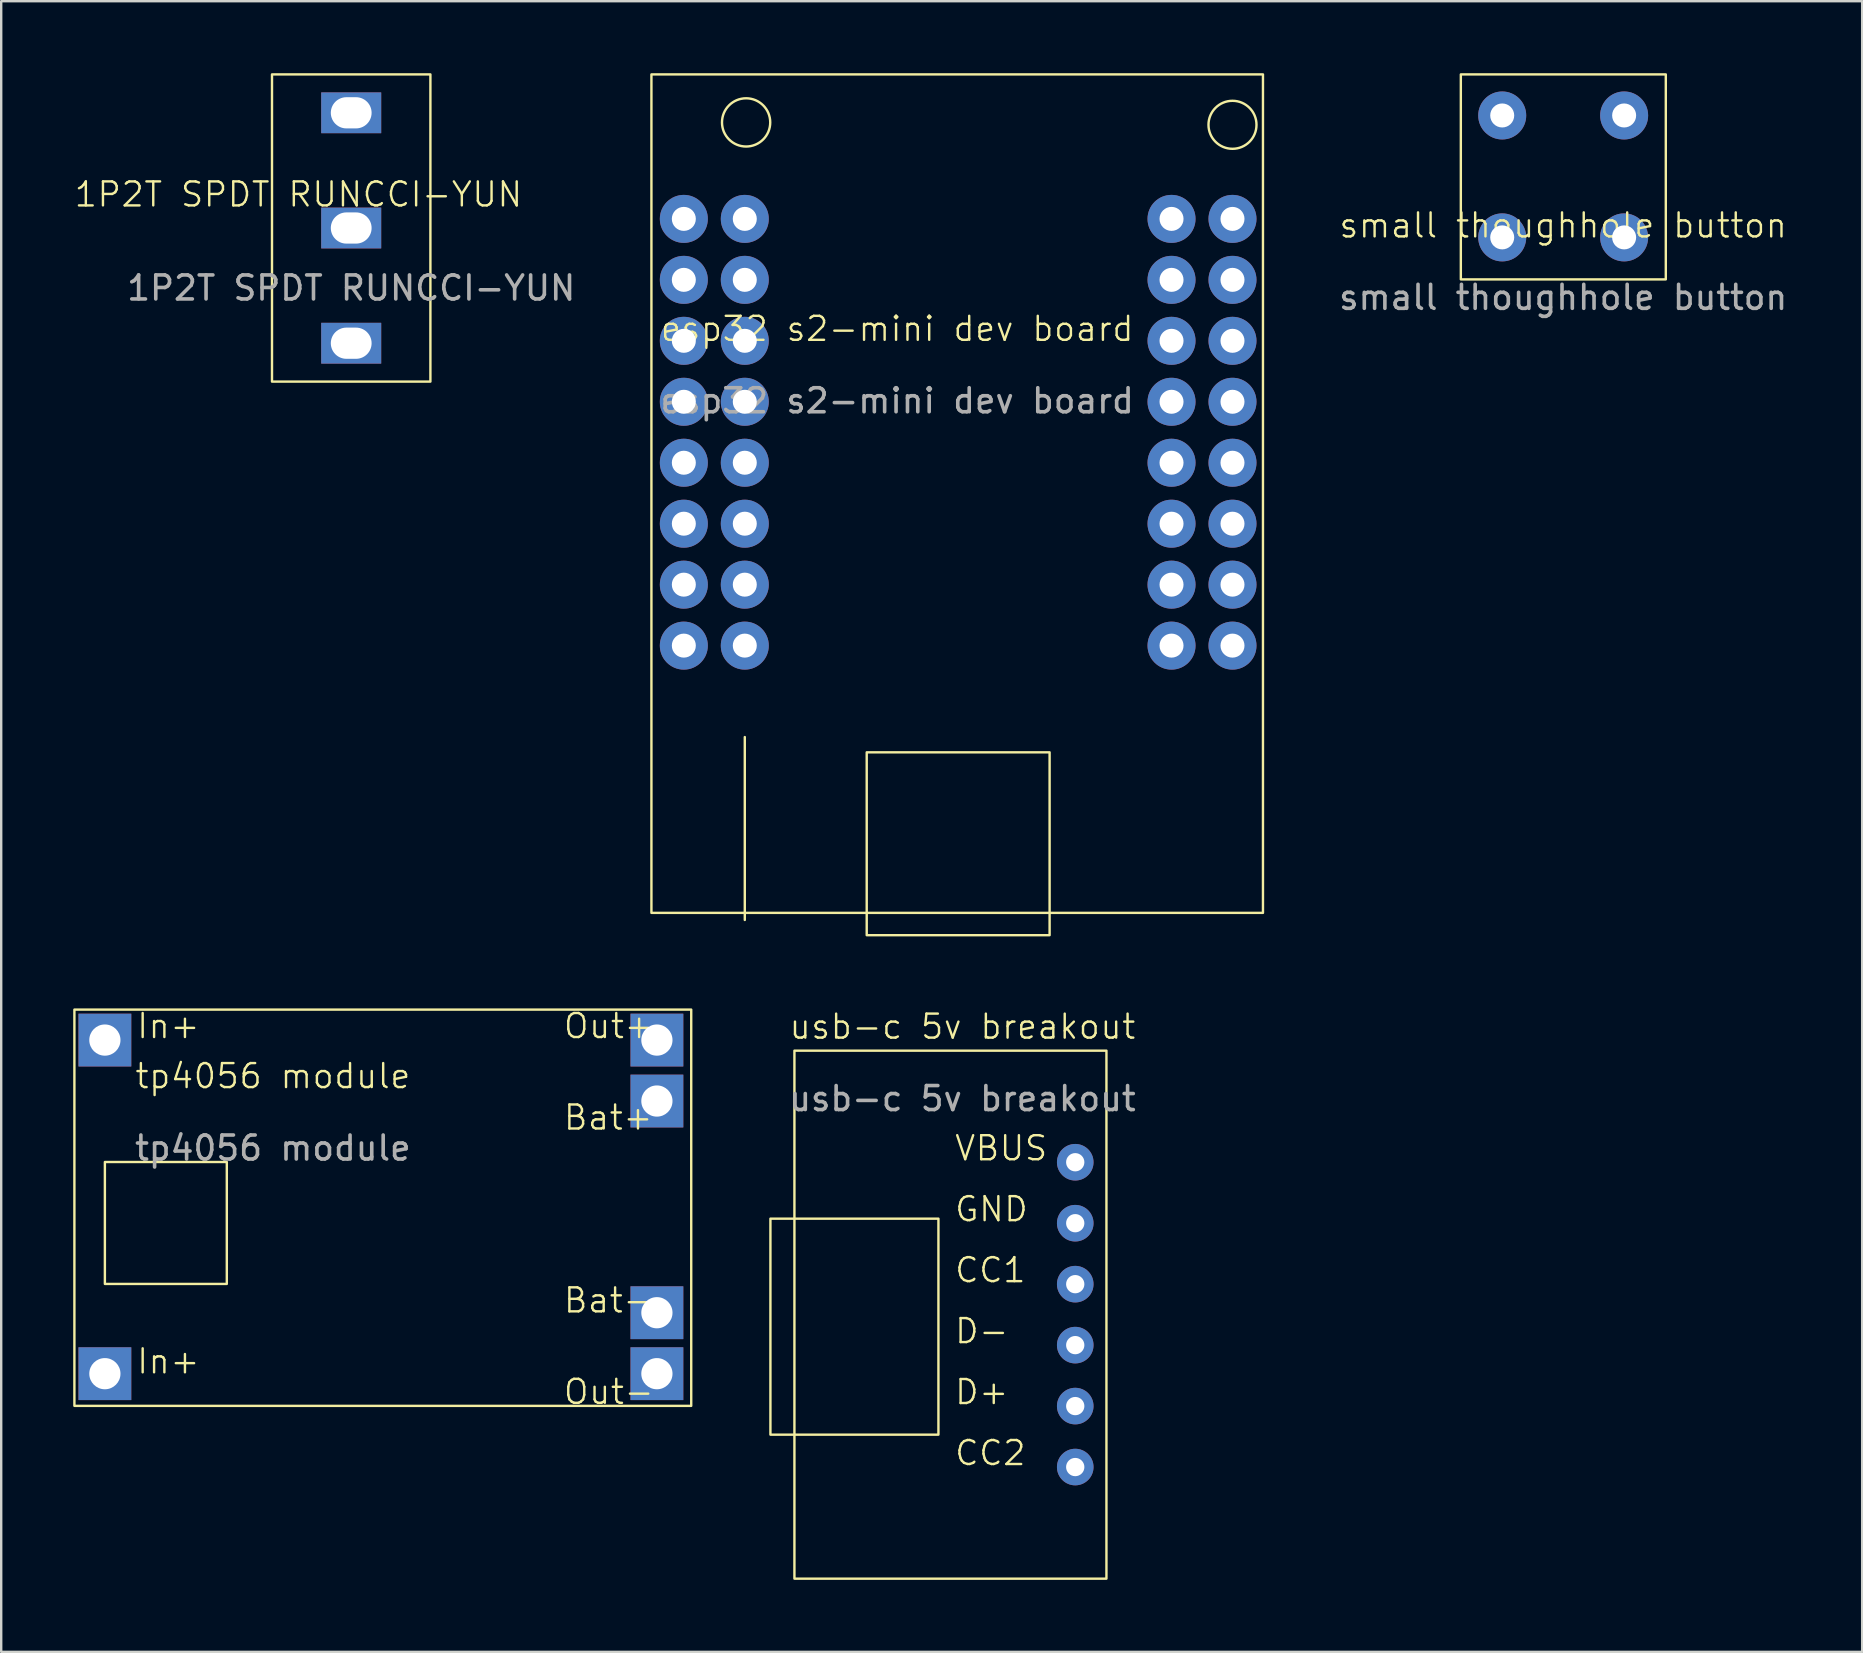
<source format=kicad_pcb>
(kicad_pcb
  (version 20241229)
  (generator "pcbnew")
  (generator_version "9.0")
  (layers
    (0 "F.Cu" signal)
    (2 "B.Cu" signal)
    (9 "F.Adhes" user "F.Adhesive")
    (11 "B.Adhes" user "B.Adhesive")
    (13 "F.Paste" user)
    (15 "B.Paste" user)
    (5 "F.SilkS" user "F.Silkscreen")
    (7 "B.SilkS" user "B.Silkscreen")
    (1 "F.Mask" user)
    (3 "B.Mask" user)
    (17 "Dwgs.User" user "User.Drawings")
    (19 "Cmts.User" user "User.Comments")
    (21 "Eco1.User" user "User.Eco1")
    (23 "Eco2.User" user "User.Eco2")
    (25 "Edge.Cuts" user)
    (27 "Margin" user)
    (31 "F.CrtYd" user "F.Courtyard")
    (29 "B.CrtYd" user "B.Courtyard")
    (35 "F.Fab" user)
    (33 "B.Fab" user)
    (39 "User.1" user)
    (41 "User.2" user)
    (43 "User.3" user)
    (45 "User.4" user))
  (footprint "1P2T SPDT RUNCCI-YUN"
    (layer "F.Cu")
    (at 11.583 6.45)
    (property "Reference" "1P2T SPDT RUNCCI-YUN" (at -2.2 -1.4 0) (unlocked yes) (layer "F.SilkS") (effects (font (size 1 1) (thickness 0.1))))
    (attr through_hole)
    (fp_rect (start -3.3 -6.4) (end 3.3 6.4) (stroke (width 0.1) (type default)) (fill no) (layer "F.SilkS"))
    (fp_text user "${REFERENCE}" (at 0 2.5 0) (unlocked yes) (layer "F.Fab") (effects (font (size 1 1) (thickness 0.15))))
    (pad "1" thru_hole rect (at 0 -4.8) (size 2.5 1.7) (drill oval 1.7 1.3) (layers "*.Cu" "*.Mask"))
    (pad "2" thru_hole rect (at 0 0) (size 2.5 1.7) (drill oval 1.7 1.3) (layers "*.Cu" "*.Mask"))
    (pad "3" thru_hole rect (at 0 4.8) (size 2.5 1.7) (drill oval 1.7 1.3) (layers "*.Cu" "*.Mask")))
  (footprint "esp32 s2-mini dev board"
    (layer "F.Cu")
    (at 36.832 11.15)
    (property "Reference" "esp32 s2-mini dev board" (at -2.5 -0.5 0) (unlocked yes) (layer "F.SilkS") (effects (font (size 1 1) (thickness 0.1))))
    (attr through_hole)
    (fp_line (start -8.85 16.51) (end -8.85 24.13) (stroke (width 0.1) (type default)) (layer "F.SilkS"))
    (fp_rect (start -12.74 -11.1) (end 12.74 23.835) (stroke (width 0.1) (type default)) (fill no) (layer "F.SilkS"))
    (fp_rect (start -3.77 17.145) (end 3.85 24.765) (stroke (width 0.1) (type default)) (fill no) (layer "F.SilkS"))
    (fp_circle (center -8.795 -9.1) (end -7.795 -9.2) (stroke (width 0.1) (type default)) (fill no) (layer "F.SilkS"))
    (fp_circle (center 11.47 -9) (end 12.47 -9) (stroke (width 0.1) (type default)) (fill no) (layer "F.SilkS"))
    (fp_text user "${REFERENCE}" (at -2.5 2.5 0) (unlocked yes) (layer "F.Fab") (effects (font (size 1 1) (thickness 0.15))))
    (pad "1" thru_hole circle (at -8.85 -5.08) (size 2 2) (drill 1) (layers "*.Cu" "*.Mask"))
    (pad "2" thru_hole circle (at -8.85 -2.54) (size 2 2) (drill 1) (layers "*.Cu" "*.Mask"))
    (pad "3" thru_hole circle (at -11.39 -2.54) (size 2 2) (drill 1) (layers "*.Cu" "*.Mask"))
    (pad "3V3" thru_hole circle (at -11.39 12.7) (size 2 2) (drill 1) (layers "*.Cu" "*.Mask"))
    (pad "4" thru_hole circle (at -8.85 0) (size 2 2) (drill 1) (layers "*.Cu" "*.Mask"))
    (pad "5" thru_hole circle (at -11.39 0) (size 2 2) (drill 1) (layers "*.Cu" "*.Mask"))
    (pad "6" thru_hole circle (at -8.85 2.54) (size 2 2) (drill 1) (layers "*.Cu" "*.Mask"))
    (pad "7" thru_hole circle (at -11.39 2.54) (size 2 2) (drill 1) (layers "*.Cu" "*.Mask"))
    (pad "8" thru_hole circle (at -8.85 5.08) (size 2 2) (drill 1) (layers "*.Cu" "*.Mask"))
    (pad "9" thru_hole circle (at -11.39 5.08) (size 2 2) (drill 1) (layers "*.Cu" "*.Mask"))
    (pad "10" thru_hole circle (at -8.85 7.62) (size 2 2) (drill 1) (layers "*.Cu" "*.Mask"))
    (pad "11" thru_hole circle (at -11.39 7.62) (size 2 2) (drill 1) (layers "*.Cu" "*.Mask"))
    (pad "12" thru_hole circle (at -11.39 10.16) (size 2 2) (drill 1) (layers "*.Cu" "*.Mask"))
    (pad "13" thru_hole circle (at -8.85 10.16) (size 2 2) (drill 1) (layers "*.Cu" "*.Mask"))
    (pad "14" thru_hole circle (at -8.85 12.7) (size 2 2) (drill 1) (layers "*.Cu" "*.Mask"))
    (pad "15" thru_hole circle (at 8.93 12.7) (size 2 2) (drill 1) (layers "*.Cu" "*.Mask"))
    (pad "16" thru_hole circle (at 11.47 7.62) (size 2 2) (drill 1) (layers "*.Cu" "*.Mask"))
    (pad "17" thru_hole circle (at 8.93 7.62) (size 2 2) (drill 1) (layers "*.Cu" "*.Mask"))
    (pad "18" thru_hole circle (at 11.47 5.08) (size 2 2) (drill 1) (layers "*.Cu" "*.Mask"))
    (pad "21" thru_hole circle (at 8.93 5.08) (size 2 2) (drill 1) (layers "*.Cu" "*.Mask"))
    (pad "33" thru_hole circle (at 11.47 2.54) (size 2 2) (drill 1) (layers "*.Cu" "*.Mask"))
    (pad "34" thru_hole circle (at 8.93 2.54) (size 2 2) (drill 1) (layers "*.Cu" "*.Mask"))
    (pad "35" thru_hole circle (at 11.47 0) (size 2 2) (drill 1) (layers "*.Cu" "*.Mask"))
    (pad "36" thru_hole circle (at 8.93 0) (size 2 2) (drill 1) (layers "*.Cu" "*.Mask"))
    (pad "37" thru_hole circle (at 11.47 -2.54) (size 2 2) (drill 1) (layers "*.Cu" "*.Mask"))
    (pad "38" thru_hole circle (at 8.93 -2.54) (size 2 2) (drill 1) (layers "*.Cu" "*.Mask"))
    (pad "39" thru_hole circle (at 11.47 -5.08) (size 2 2) (drill 1) (layers "*.Cu" "*.Mask"))
    (pad "40" thru_hole circle (at 8.93 -5.08) (size 2 2) (drill 1) (layers "*.Cu" "*.Mask"))
    (pad "EN" thru_hole circle (at -11.39 -5.08) (size 2 2) (drill 1) (layers "*.Cu" "*.Mask"))
    (pad "GND" thru_hole circle (at 8.93 10.16) (size 2 2) (drill 1) (layers "*.Cu" "*.Mask"))
    (pad "GND" thru_hole circle (at 11.47 10.16) (size 2 2) (drill 1) (layers "*.Cu" "*.Mask"))
    (pad "VBUS" thru_hole circle (at 11.47 12.7) (size 2 2) (drill 1) (layers "*.Cu" "*.Mask")))
  (footprint "tp4056 module"
    (layer "F.Cu")
    (at 1.32 40.285)
    (property "Reference" "tp4056 module" (at 7 1.5 0) (unlocked yes) (layer "F.SilkS") (effects (font (size 1 1) (thickness 0.1))))
    (attr through_hole)
    (fp_rect (start -1.27 -1.27) (end 24.43 15.24) (stroke (width 0.1) (type default)) (fill no) (layer "F.SilkS"))
    (fp_rect (start 0 5.08) (end 5.08 10.16) (stroke (width 0.1) (type default)) (fill no) (layer "F.SilkS"))
    (fp_text user "In+" (at 1.27 0 0) (unlocked yes) (layer "F.SilkS") (effects (font (size 1 1) (thickness 0.1)) (justify left bottom)))
    (fp_text user "In+" (at 1.27 13.97 0) (unlocked yes) (layer "F.SilkS") (effects (font (size 1 1) (thickness 0.1)) (justify left bottom)))
    (fp_text user "Bat+" (at 19.05 3.81 0) (unlocked yes) (layer "F.SilkS") (effects (font (size 1 1) (thickness 0.1)) (justify left bottom)))
    (fp_text user "Out-" (at 19.05 15.24 0) (unlocked yes) (layer "F.SilkS") (effects (font (size 1 1) (thickness 0.1)) (justify left bottom)))
    (fp_text user "Bat-" (at 19.05 11.43 0) (unlocked yes) (layer "F.SilkS") (effects (font (size 1 1) (thickness 0.1)) (justify left bottom)))
    (fp_text user "Out+" (at 19.05 0 0) (unlocked yes) (layer "F.SilkS") (effects (font (size 1 1) (thickness 0.1)) (justify left bottom)))
    (fp_text user "${REFERENCE}" (at 7 4.5 0) (unlocked yes) (layer "F.Fab") (effects (font (size 1 1) (thickness 0.15))))
    (pad "1" thru_hole rect (at 0 0) (size 2.2 2.2) (drill 1.3) (layers "*.Cu" "*.Mask"))
    (pad "2" thru_hole rect (at 0 13.9) (size 2.2 2.2) (drill 1.3) (layers "*.Cu" "*.Mask"))
    (pad "3" thru_hole rect (at 23 0) (size 2.2 2.2) (drill 1.3) (layers "*.Cu" "*.Mask"))
    (pad "4" thru_hole rect (at 23 13.9) (size 2.2 2.2) (drill 1.3) (layers "*.Cu" "*.Mask"))
    (pad "5" thru_hole rect (at 23 2.54) (size 2.2 2.2) (drill 1.3) (layers "*.Cu" "*.Mask"))
    (pad "6" thru_hole rect (at 23 11.36) (size 2.2 2.2) (drill 1.3) (layers "*.Cu" "*.Mask")))
  (footprint "usb-c 5v breakout"
    (layer "F.Cu")
    (at 29.05 51.725)
    (property "Reference" "usb-c 5v breakout" (at 8 -12 0) (unlocked yes) (layer "F.SilkS") (effects (font (size 1 1) (thickness 0.1))))
    (attr through_hole)
    (fp_rect (start 0 -4) (end 7 5) (stroke (width 0.1) (type default)) (fill no) (layer "F.SilkS"))
    (fp_rect (start 1 -11) (end 14 11) (stroke (width 0.1) (type default)) (fill no) (layer "F.SilkS"))
    (fp_text user "D-" (at 7.62 1.27 0) (unlocked yes) (layer "F.SilkS") (effects (font (size 1 1) (thickness 0.1)) (justify left bottom)))
    (fp_text user "VBUS" (at 7.62 -6.35 0) (unlocked yes) (layer "F.SilkS") (effects (font (size 1 1) (thickness 0.1)) (justify left bottom)))
    (fp_text user "CC2" (at 7.62 6.35 0) (unlocked yes) (layer "F.SilkS") (effects (font (size 1 1) (thickness 0.1)) (justify left bottom)))
    (fp_text user "D+" (at 7.62 3.81 0) (unlocked yes) (layer "F.SilkS") (effects (font (size 1 1) (thickness 0.1)) (justify left bottom)))
    (fp_text user "GND" (at 7.62 -3.81 0) (unlocked yes) (layer "F.SilkS") (effects (font (size 1 1) (thickness 0.1)) (justify left bottom)))
    (fp_text user "CC1" (at 7.62 -1.27 0) (unlocked yes) (layer "F.SilkS") (effects (font (size 1 1) (thickness 0.1)) (justify left bottom)))
    (fp_text user "${REFERENCE}" (at 8 -9 0) (unlocked yes) (layer "F.Fab") (effects (font (size 1 1) (thickness 0.15))))
    (pad "1" thru_hole circle (at 12.7 -6.35) (size 1.524 1.524) (drill 0.762) (layers "*.Cu" "*.Mask"))
    (pad "2" thru_hole circle (at 12.7 -3.81) (size 1.524 1.524) (drill 0.762) (layers "*.Cu" "*.Mask"))
    (pad "3" thru_hole circle (at 12.7 -1.27) (size 1.524 1.524) (drill 0.762) (layers "*.Cu" "*.Mask"))
    (pad "4" thru_hole circle (at 12.7 1.27) (size 1.524 1.524) (drill 0.762) (layers "*.Cu" "*.Mask"))
    (pad "5" thru_hole circle (at 12.7 3.81) (size 1.524 1.524) (drill 0.762) (layers "*.Cu" "*.Mask"))
    (pad "6" thru_hole circle (at 12.7 6.35) (size 1.524 1.524) (drill 0.762) (layers "*.Cu" "*.Mask")))
  (footprint "small thoughhole button"
    (layer "F.Cu")
    (at 62.08 6.841)
    (property "Reference" "small thoughhole button" (at 0 -0.5 0) (unlocked yes) (layer "F.SilkS") (effects (font (size 1 1) (thickness 0.1))))
    (attr through_hole)
    (fp_rect (start -4.264 -6.791) (end 4.276 1.749) (stroke (width 0.1) (type default)) (fill no) (layer "F.SilkS"))
    (fp_text user "${REFERENCE}" (at 0 2.5 0) (unlocked yes) (layer "F.Fab") (effects (font (size 1 1) (thickness 0.15))))
    (pad "1" thru_hole circle (at -2.54 -5.08) (size 2 2) (drill 1) (layers "*.Cu" "*.Mask"))
    (pad "2" thru_hole circle (at -2.54 0) (size 2 2) (drill 1) (layers "*.Cu" "*.Mask"))
    (pad "3" thru_hole circle (at 2.54 -5.08) (size 2 2) (drill 1) (layers "*.Cu" "*.Mask"))
    (pad "4" thru_hole circle (at 2.54 0) (size 2 2) (drill 1) (layers "*.Cu" "*.Mask")))
  (gr_rect
    (start -3 -3)
    (end 74.538 65.775)
    (stroke (width 0.1) (type default))
    (fill no)
    (layer "Edge.Cuts")))
</source>
